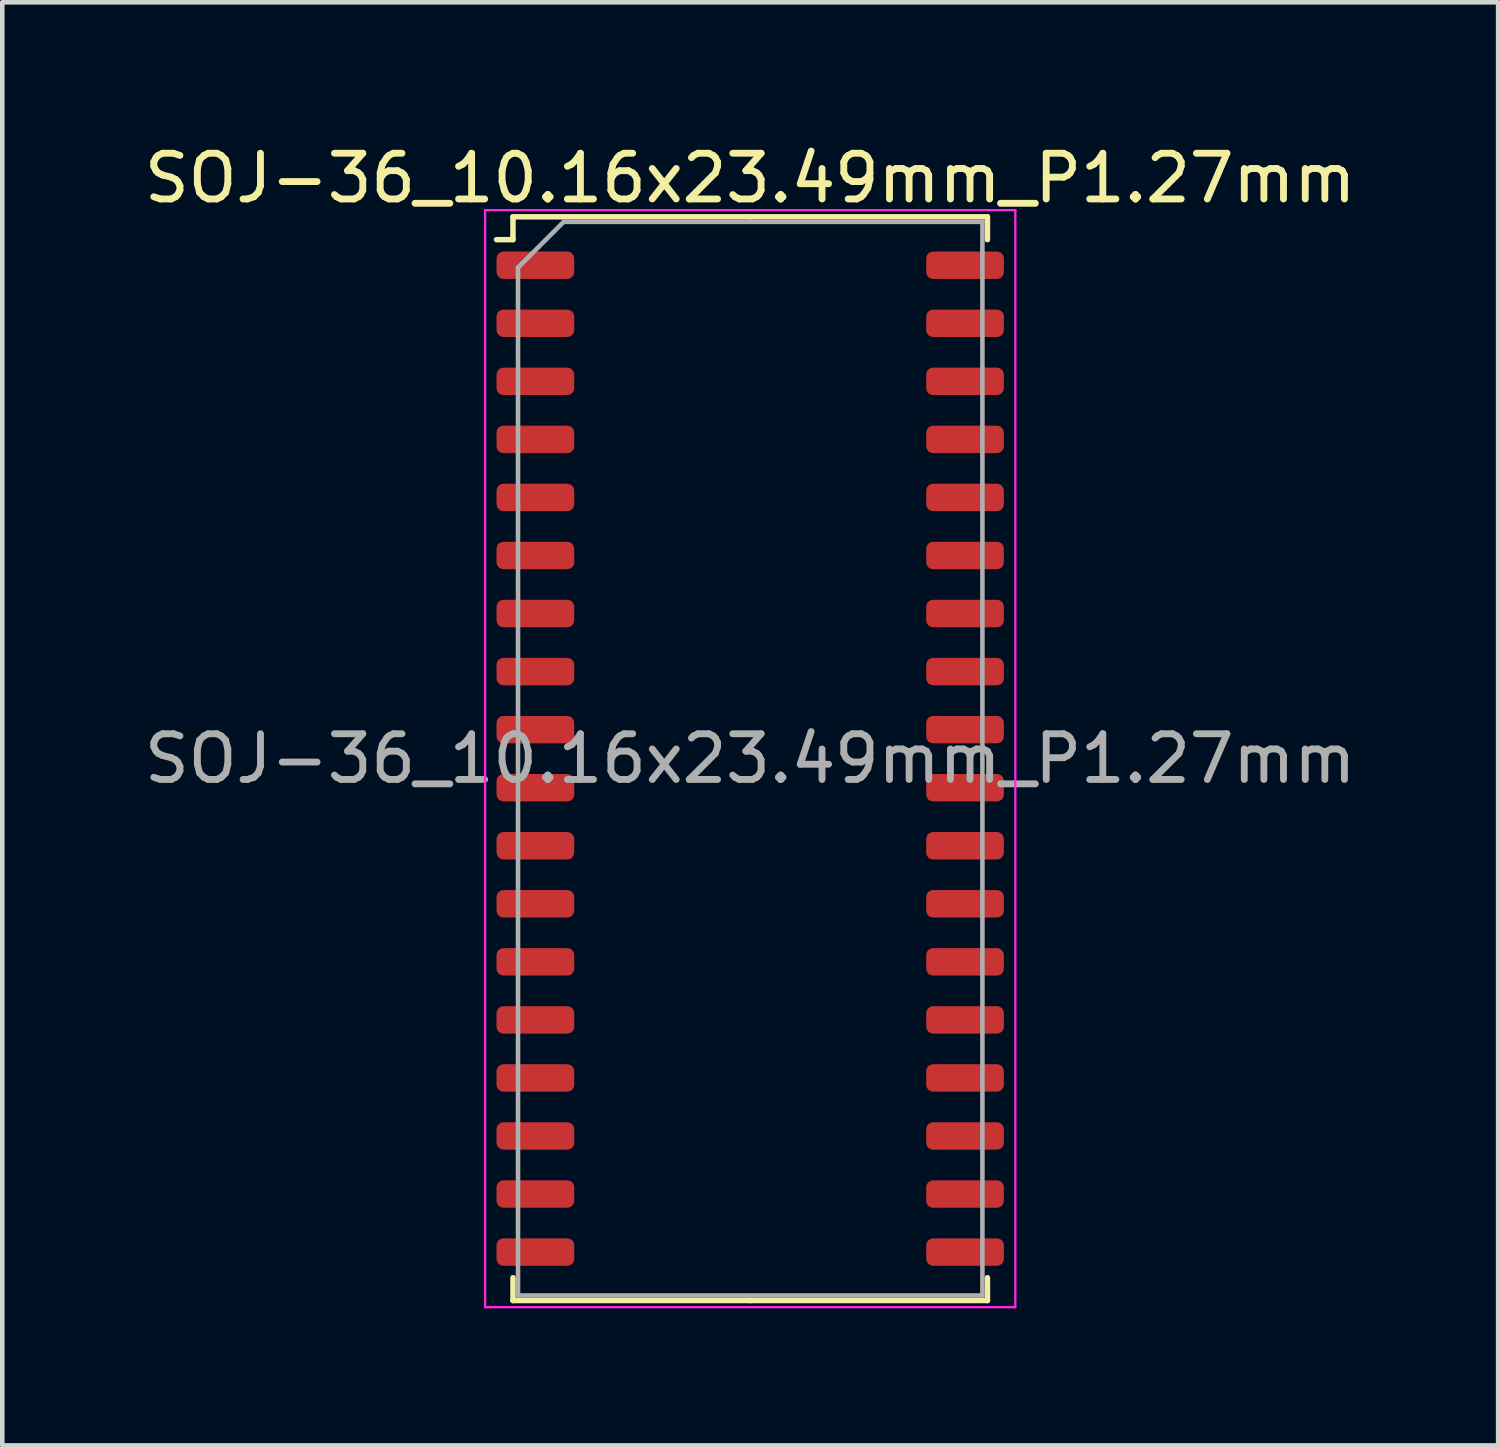
<source format=kicad_pcb>
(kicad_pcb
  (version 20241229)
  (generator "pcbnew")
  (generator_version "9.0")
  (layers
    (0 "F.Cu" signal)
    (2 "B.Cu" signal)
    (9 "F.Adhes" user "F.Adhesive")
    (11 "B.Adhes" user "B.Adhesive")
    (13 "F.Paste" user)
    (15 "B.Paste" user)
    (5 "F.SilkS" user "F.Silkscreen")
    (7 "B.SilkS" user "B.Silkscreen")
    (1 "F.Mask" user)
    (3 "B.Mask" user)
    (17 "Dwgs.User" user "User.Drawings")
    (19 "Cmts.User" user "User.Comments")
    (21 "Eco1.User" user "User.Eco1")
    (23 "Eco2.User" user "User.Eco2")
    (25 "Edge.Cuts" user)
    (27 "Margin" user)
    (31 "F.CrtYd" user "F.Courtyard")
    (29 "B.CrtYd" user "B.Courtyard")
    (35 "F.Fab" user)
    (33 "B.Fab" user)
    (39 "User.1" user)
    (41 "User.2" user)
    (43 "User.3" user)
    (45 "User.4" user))
  (footprint "SOJ-36_10.16x23.49mm_P1.27mm"
    (layer "F.Cu")
    (at 13.363 13.548)
    (property "Reference" "SOJ-36_10.16x23.49mm_P1.27mm" (at 0 -12.7 0) (layer "F.SilkS") (effects (font (size 1 1) (thickness 0.15))))
    (attr smd)
    (fp_line (start -5.19 -11.855) (end -5.19 -11.355) (stroke (width 0.12) (type solid)) (layer "F.SilkS"))
    (fp_line (start -5.19 -11.355) (end -5.55 -11.355) (stroke (width 0.12) (type solid)) (layer "F.SilkS"))
    (fp_line (start -5.19 11.855) (end -5.19 11.355) (stroke (width 0.12) (type solid)) (layer "F.SilkS"))
    (fp_line (start 0 -11.855) (end -5.19 -11.855) (stroke (width 0.12) (type solid)) (layer "F.SilkS"))
    (fp_line (start 0 -11.855) (end 5.19 -11.855) (stroke (width 0.12) (type solid)) (layer "F.SilkS"))
    (fp_line (start 0 11.855) (end -5.19 11.855) (stroke (width 0.12) (type solid)) (layer "F.SilkS"))
    (fp_line (start 0 11.855) (end 5.19 11.855) (stroke (width 0.12) (type solid)) (layer "F.SilkS"))
    (fp_line (start 5.19 -11.855) (end 5.19 -11.355) (stroke (width 0.12) (type solid)) (layer "F.SilkS"))
    (fp_line (start 5.19 11.855) (end 5.19 11.355) (stroke (width 0.12) (type solid)) (layer "F.SilkS"))
    (fp_line (start -5.8 -12) (end -5.8 12) (stroke (width 0.05) (type solid)) (layer "F.CrtYd"))
    (fp_line (start -5.8 12) (end 5.8 12) (stroke (width 0.05) (type solid)) (layer "F.CrtYd"))
    (fp_line (start 5.8 -12) (end -5.8 -12) (stroke (width 0.05) (type solid)) (layer "F.CrtYd"))
    (fp_line (start 5.8 12) (end 5.8 -12) (stroke (width 0.05) (type solid)) (layer "F.CrtYd"))
    (fp_line (start -5.08 -10.745) (end -4.08 -11.745) (stroke (width 0.1) (type solid)) (layer "F.Fab"))
    (fp_line (start -5.08 11.745) (end -5.08 -10.745) (stroke (width 0.1) (type solid)) (layer "F.Fab"))
    (fp_line (start -4.08 -11.745) (end 5.08 -11.745) (stroke (width 0.1) (type solid)) (layer "F.Fab"))
    (fp_line (start 5.08 -11.745) (end 5.08 11.745) (stroke (width 0.1) (type solid)) (layer "F.Fab"))
    (fp_line (start 5.08 11.745) (end -5.08 11.745) (stroke (width 0.1) (type solid)) (layer "F.Fab"))
    (fp_text user "${REFERENCE}" (at 0 0 0) (layer "F.Fab") (effects (font (size 1 1) (thickness 0.15))))
    (pad "1" smd roundrect (at -4.7 -10.795) (size 1.7 0.6) (layers "F.Cu" "F.Mask" "F.Paste") (roundrect_rratio 0.25))
    (pad "2" smd roundrect (at -4.7 -9.525) (size 1.7 0.6) (layers "F.Cu" "F.Mask" "F.Paste") (roundrect_rratio 0.25))
    (pad "3" smd roundrect (at -4.7 -8.255) (size 1.7 0.6) (layers "F.Cu" "F.Mask" "F.Paste") (roundrect_rratio 0.25))
    (pad "4" smd roundrect (at -4.7 -6.985) (size 1.7 0.6) (layers "F.Cu" "F.Mask" "F.Paste") (roundrect_rratio 0.25))
    (pad "5" smd roundrect (at -4.7 -5.715) (size 1.7 0.6) (layers "F.Cu" "F.Mask" "F.Paste") (roundrect_rratio 0.25))
    (pad "6" smd roundrect (at -4.7 -4.445) (size 1.7 0.6) (layers "F.Cu" "F.Mask" "F.Paste") (roundrect_rratio 0.25))
    (pad "7" smd roundrect (at -4.7 -3.175) (size 1.7 0.6) (layers "F.Cu" "F.Mask" "F.Paste") (roundrect_rratio 0.25))
    (pad "8" smd roundrect (at -4.7 -1.905) (size 1.7 0.6) (layers "F.Cu" "F.Mask" "F.Paste") (roundrect_rratio 0.25))
    (pad "9" smd roundrect (at -4.7 -0.635) (size 1.7 0.6) (layers "F.Cu" "F.Mask" "F.Paste") (roundrect_rratio 0.25))
    (pad "10" smd roundrect (at -4.7 0.635) (size 1.7 0.6) (layers "F.Cu" "F.Mask" "F.Paste") (roundrect_rratio 0.25))
    (pad "11" smd roundrect (at -4.7 1.905) (size 1.7 0.6) (layers "F.Cu" "F.Mask" "F.Paste") (roundrect_rratio 0.25))
    (pad "12" smd roundrect (at -4.7 3.175) (size 1.7 0.6) (layers "F.Cu" "F.Mask" "F.Paste") (roundrect_rratio 0.25))
    (pad "13" smd roundrect (at -4.7 4.445) (size 1.7 0.6) (layers "F.Cu" "F.Mask" "F.Paste") (roundrect_rratio 0.25))
    (pad "14" smd roundrect (at -4.7 5.715) (size 1.7 0.6) (layers "F.Cu" "F.Mask" "F.Paste") (roundrect_rratio 0.25))
    (pad "15" smd roundrect (at -4.7 6.985) (size 1.7 0.6) (layers "F.Cu" "F.Mask" "F.Paste") (roundrect_rratio 0.25))
    (pad "16" smd roundrect (at -4.7 8.255) (size 1.7 0.6) (layers "F.Cu" "F.Mask" "F.Paste") (roundrect_rratio 0.25))
    (pad "17" smd roundrect (at -4.7 9.525) (size 1.7 0.6) (layers "F.Cu" "F.Mask" "F.Paste") (roundrect_rratio 0.25))
    (pad "18" smd roundrect (at -4.7 10.795) (size 1.7 0.6) (layers "F.Cu" "F.Mask" "F.Paste") (roundrect_rratio 0.25))
    (pad "19" smd roundrect (at 4.7 10.795) (size 1.7 0.6) (layers "F.Cu" "F.Mask" "F.Paste") (roundrect_rratio 0.25))
    (pad "20" smd roundrect (at 4.7 9.525) (size 1.7 0.6) (layers "F.Cu" "F.Mask" "F.Paste") (roundrect_rratio 0.25))
    (pad "21" smd roundrect (at 4.7 8.255) (size 1.7 0.6) (layers "F.Cu" "F.Mask" "F.Paste") (roundrect_rratio 0.25))
    (pad "22" smd roundrect (at 4.7 6.985) (size 1.7 0.6) (layers "F.Cu" "F.Mask" "F.Paste") (roundrect_rratio 0.25))
    (pad "23" smd roundrect (at 4.7 5.715) (size 1.7 0.6) (layers "F.Cu" "F.Mask" "F.Paste") (roundrect_rratio 0.25))
    (pad "24" smd roundrect (at 4.7 4.445) (size 1.7 0.6) (layers "F.Cu" "F.Mask" "F.Paste") (roundrect_rratio 0.25))
    (pad "25" smd roundrect (at 4.7 3.175) (size 1.7 0.6) (layers "F.Cu" "F.Mask" "F.Paste") (roundrect_rratio 0.25))
    (pad "26" smd roundrect (at 4.7 1.905) (size 1.7 0.6) (layers "F.Cu" "F.Mask" "F.Paste") (roundrect_rratio 0.25))
    (pad "27" smd roundrect (at 4.7 0.635) (size 1.7 0.6) (layers "F.Cu" "F.Mask" "F.Paste") (roundrect_rratio 0.25))
    (pad "28" smd roundrect (at 4.7 -0.635) (size 1.7 0.6) (layers "F.Cu" "F.Mask" "F.Paste") (roundrect_rratio 0.25))
    (pad "29" smd roundrect (at 4.7 -1.905) (size 1.7 0.6) (layers "F.Cu" "F.Mask" "F.Paste") (roundrect_rratio 0.25))
    (pad "30" smd roundrect (at 4.7 -3.175) (size 1.7 0.6) (layers "F.Cu" "F.Mask" "F.Paste") (roundrect_rratio 0.25))
    (pad "31" smd roundrect (at 4.7 -4.445) (size 1.7 0.6) (layers "F.Cu" "F.Mask" "F.Paste") (roundrect_rratio 0.25))
    (pad "32" smd roundrect (at 4.7 -5.715) (size 1.7 0.6) (layers "F.Cu" "F.Mask" "F.Paste") (roundrect_rratio 0.25))
    (pad "33" smd roundrect (at 4.7 -6.985) (size 1.7 0.6) (layers "F.Cu" "F.Mask" "F.Paste") (roundrect_rratio 0.25))
    (pad "34" smd roundrect (at 4.7 -8.255) (size 1.7 0.6) (layers "F.Cu" "F.Mask" "F.Paste") (roundrect_rratio 0.25))
    (pad "35" smd roundrect (at 4.7 -9.525) (size 1.7 0.6) (layers "F.Cu" "F.Mask" "F.Paste") (roundrect_rratio 0.25))
    (pad "36" smd roundrect (at 4.7 -10.795) (size 1.7 0.6) (layers "F.Cu" "F.Mask" "F.Paste") (roundrect_rratio 0.25)))
  (gr_rect
    (start -3 -3)
    (end 29.726 28.573)
    (stroke (width 0.1) (type default))
    (fill no)
    (layer "Edge.Cuts")))
</source>
